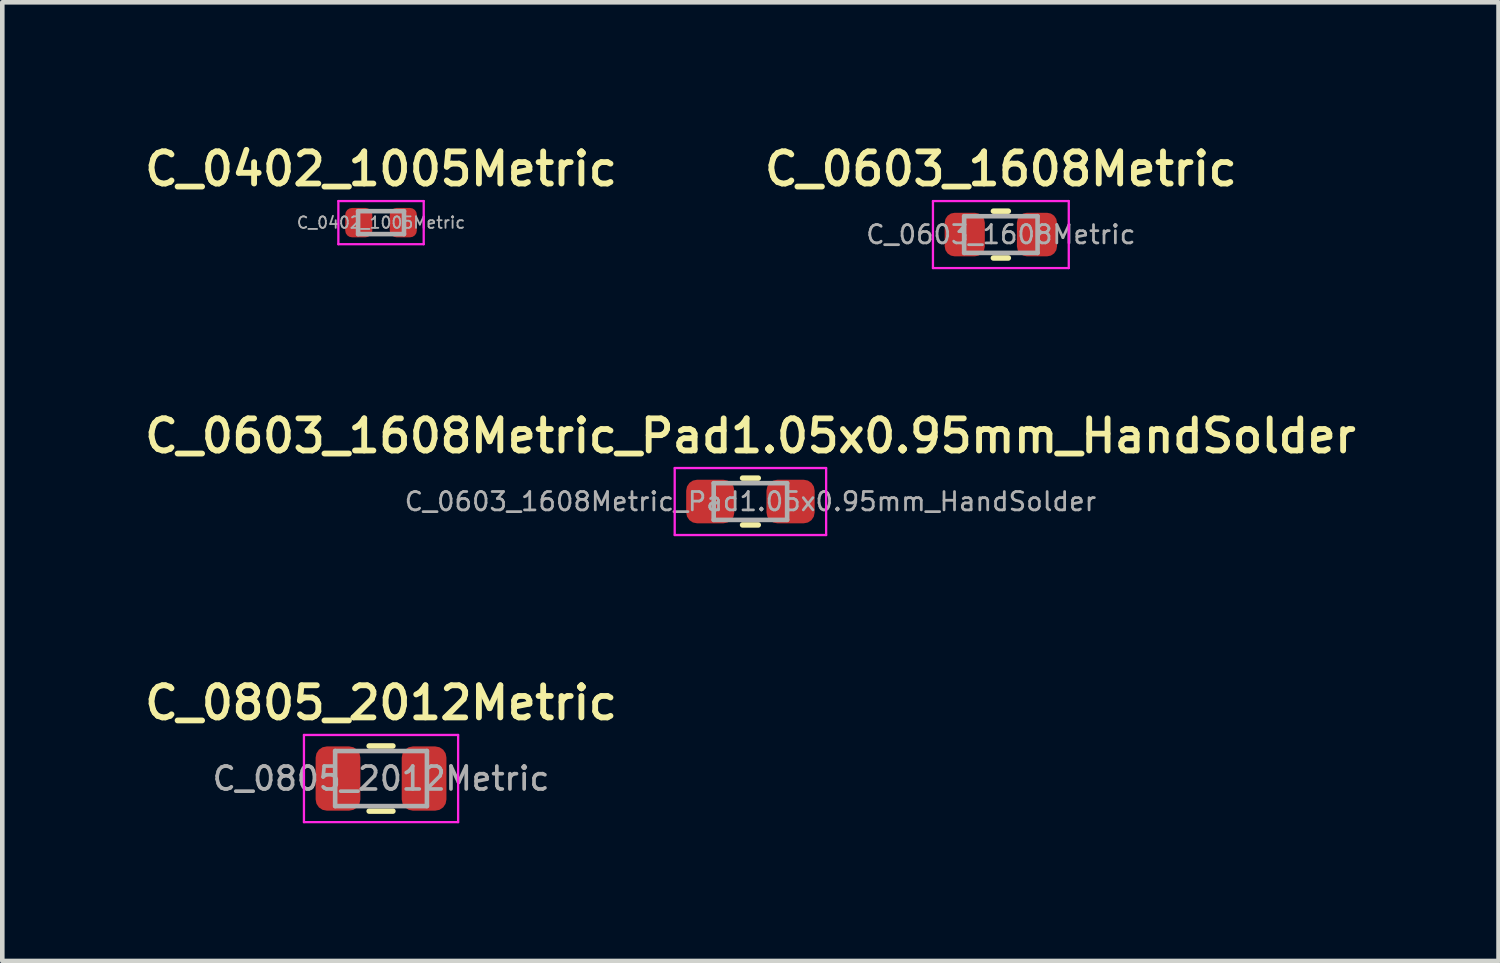
<source format=kicad_pcb>
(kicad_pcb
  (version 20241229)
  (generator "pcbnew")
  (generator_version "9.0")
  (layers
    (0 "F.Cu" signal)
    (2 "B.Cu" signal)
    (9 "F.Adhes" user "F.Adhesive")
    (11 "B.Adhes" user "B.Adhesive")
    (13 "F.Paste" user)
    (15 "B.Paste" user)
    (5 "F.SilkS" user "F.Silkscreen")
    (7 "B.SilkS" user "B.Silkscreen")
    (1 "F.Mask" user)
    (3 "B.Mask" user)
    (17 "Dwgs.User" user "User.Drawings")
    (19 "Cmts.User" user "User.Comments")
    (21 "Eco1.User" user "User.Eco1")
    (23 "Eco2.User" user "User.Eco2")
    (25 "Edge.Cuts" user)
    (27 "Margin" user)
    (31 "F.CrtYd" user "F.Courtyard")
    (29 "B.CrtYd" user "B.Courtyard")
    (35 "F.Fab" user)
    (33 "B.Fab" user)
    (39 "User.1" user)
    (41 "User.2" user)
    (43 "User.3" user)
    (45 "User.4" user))
  (footprint "C_0805_2012Metric"
    (layer "F.Cu")
    (at 5.254 13.917)
    (property "Reference" "C_0805_2012Metric" (at 0 -1.65 0) (layer "F.SilkS") (effects (font (size 0.7 0.7) (thickness 0.127))))
    (attr smd)
    (fp_line (start -0.259 -0.71) (end 0.259 -0.71) (stroke (width 0.12) (type solid)) (layer "F.SilkS"))
    (fp_line (start -0.259 0.71) (end 0.259 0.71) (stroke (width 0.12) (type solid)) (layer "F.SilkS"))
    (fp_line (start -1.68 -0.95) (end 1.68 -0.95) (stroke (width 0.05) (type solid)) (layer "F.CrtYd"))
    (fp_line (start -1.68 0.95) (end -1.68 -0.95) (stroke (width 0.05) (type solid)) (layer "F.CrtYd"))
    (fp_line (start 1.68 -0.95) (end 1.68 0.95) (stroke (width 0.05) (type solid)) (layer "F.CrtYd"))
    (fp_line (start 1.68 0.95) (end -1.68 0.95) (stroke (width 0.05) (type solid)) (layer "F.CrtYd"))
    (fp_line (start -1 -0.6) (end 1 -0.6) (stroke (width 0.1) (type solid)) (layer "F.Fab"))
    (fp_line (start -1 0.6) (end -1 -0.6) (stroke (width 0.1) (type solid)) (layer "F.Fab"))
    (fp_line (start 1 -0.6) (end 1 0.6) (stroke (width 0.1) (type solid)) (layer "F.Fab"))
    (fp_line (start 1 0.6) (end -1 0.6) (stroke (width 0.1) (type solid)) (layer "F.Fab"))
    (fp_text user "${REFERENCE}" (at 0 0 0) (layer "F.Fab") (effects (font (size 0.5 0.5) (thickness 0.08))))
    (pad "1" smd roundrect (at -0.938 0) (size 0.975 1.4) (layers "F.Cu" "F.Mask" "F.Paste") (roundrect_rratio 0.25))
    (pad "2" smd roundrect (at 0.938 0) (size 0.975 1.4) (layers "F.Cu" "F.Mask" "F.Paste") (roundrect_rratio 0.25)))
  (footprint "C_0603_1608Metric"
    (layer "F.Cu")
    (at 18.762 2.062)
    (property "Reference" "C_0603_1608Metric" (at 0 -1.43 0) (layer "F.SilkS") (effects (font (size 0.7 0.7) (thickness 0.127))))
    (attr smd)
    (fp_line (start -0.163 -0.51) (end 0.163 -0.51) (stroke (width 0.12) (type solid)) (layer "F.SilkS"))
    (fp_line (start -0.163 0.51) (end 0.163 0.51) (stroke (width 0.12) (type solid)) (layer "F.SilkS"))
    (fp_line (start -1.48 -0.73) (end 1.48 -0.73) (stroke (width 0.05) (type solid)) (layer "F.CrtYd"))
    (fp_line (start -1.48 0.73) (end -1.48 -0.73) (stroke (width 0.05) (type solid)) (layer "F.CrtYd"))
    (fp_line (start 1.48 -0.73) (end 1.48 0.73) (stroke (width 0.05) (type solid)) (layer "F.CrtYd"))
    (fp_line (start 1.48 0.73) (end -1.48 0.73) (stroke (width 0.05) (type solid)) (layer "F.CrtYd"))
    (fp_line (start -0.8 -0.4) (end 0.8 -0.4) (stroke (width 0.1) (type solid)) (layer "F.Fab"))
    (fp_line (start -0.8 0.4) (end -0.8 -0.4) (stroke (width 0.1) (type solid)) (layer "F.Fab"))
    (fp_line (start 0.8 -0.4) (end 0.8 0.4) (stroke (width 0.1) (type solid)) (layer "F.Fab"))
    (fp_line (start 0.8 0.4) (end -0.8 0.4) (stroke (width 0.1) (type solid)) (layer "F.Fab"))
    (fp_text user "${REFERENCE}" (at 0 0 0) (layer "F.Fab") (effects (font (size 0.4 0.4) (thickness 0.06))))
    (pad "1" smd roundrect (at -0.787 0) (size 0.875 0.95) (layers "F.Cu" "F.Mask" "F.Paste") (roundrect_rratio 0.25))
    (pad "2" smd roundrect (at 0.787 0) (size 0.875 0.95) (layers "F.Cu" "F.Mask" "F.Paste") (roundrect_rratio 0.25)))
  (footprint "C_0603_1608Metric_Pad1.05x0.95mm_HandSolder"
    (layer "F.Cu")
    (at 13.304 7.88)
    (property "Reference" "C_0603_1608Metric_Pad1.05x0.95mm_HandSolder" (at 0 -1.43 0) (layer "F.SilkS") (effects (font (size 0.7 0.7) (thickness 0.127))))
    (attr smd)
    (fp_line (start -0.171 -0.51) (end 0.171 -0.51) (stroke (width 0.12) (type solid)) (layer "F.SilkS"))
    (fp_line (start -0.171 0.51) (end 0.171 0.51) (stroke (width 0.12) (type solid)) (layer "F.SilkS"))
    (fp_line (start -1.65 -0.73) (end 1.65 -0.73) (stroke (width 0.05) (type solid)) (layer "F.CrtYd"))
    (fp_line (start -1.65 0.73) (end -1.65 -0.73) (stroke (width 0.05) (type solid)) (layer "F.CrtYd"))
    (fp_line (start 1.65 -0.73) (end 1.65 0.73) (stroke (width 0.05) (type solid)) (layer "F.CrtYd"))
    (fp_line (start 1.65 0.73) (end -1.65 0.73) (stroke (width 0.05) (type solid)) (layer "F.CrtYd"))
    (fp_line (start -0.8 -0.4) (end 0.8 -0.4) (stroke (width 0.1) (type solid)) (layer "F.Fab"))
    (fp_line (start -0.8 0.4) (end -0.8 -0.4) (stroke (width 0.1) (type solid)) (layer "F.Fab"))
    (fp_line (start 0.8 -0.4) (end 0.8 0.4) (stroke (width 0.1) (type solid)) (layer "F.Fab"))
    (fp_line (start 0.8 0.4) (end -0.8 0.4) (stroke (width 0.1) (type solid)) (layer "F.Fab"))
    (fp_text user "${REFERENCE}" (at 0 0 0) (layer "F.Fab") (effects (font (size 0.4 0.4) (thickness 0.06))))
    (pad "1" smd roundrect (at -0.875 0) (size 1.05 0.95) (layers "F.Cu" "F.Mask" "F.Paste") (roundrect_rratio 0.25))
    (pad "2" smd roundrect (at 0.875 0) (size 1.05 0.95) (layers "F.Cu" "F.Mask" "F.Paste") (roundrect_rratio 0.25)))
  (footprint "C_0402_1005Metric"
    (layer "F.Cu")
    (at 5.254 1.802)
    (property "Reference" "C_0402_1005Metric" (at 0 -1.17 0) (layer "F.SilkS") (effects (font (size 0.7 0.7) (thickness 0.127))))
    (attr smd)
    (fp_line (start -0.93 -0.47) (end 0.93 -0.47) (stroke (width 0.05) (type solid)) (layer "F.CrtYd"))
    (fp_line (start -0.93 0.47) (end -0.93 -0.47) (stroke (width 0.05) (type solid)) (layer "F.CrtYd"))
    (fp_line (start 0.93 -0.47) (end 0.93 0.47) (stroke (width 0.05) (type solid)) (layer "F.CrtYd"))
    (fp_line (start 0.93 0.47) (end -0.93 0.47) (stroke (width 0.05) (type solid)) (layer "F.CrtYd"))
    (fp_line (start -0.5 -0.25) (end 0.5 -0.25) (stroke (width 0.1) (type solid)) (layer "F.Fab"))
    (fp_line (start -0.5 0.25) (end -0.5 -0.25) (stroke (width 0.1) (type solid)) (layer "F.Fab"))
    (fp_line (start 0.5 -0.25) (end 0.5 0.25) (stroke (width 0.1) (type solid)) (layer "F.Fab"))
    (fp_line (start 0.5 0.25) (end -0.5 0.25) (stroke (width 0.1) (type solid)) (layer "F.Fab"))
    (fp_text user "${REFERENCE}" (at 0 0 0) (layer "F.Fab") (effects (font (size 0.25 0.25) (thickness 0.04))))
    (pad "1" smd roundrect (at -0.485 0) (size 0.59 0.64) (layers "F.Cu" "F.Mask" "F.Paste") (roundrect_rratio 0.25))
    (pad "2" smd roundrect (at 0.485 0) (size 0.59 0.64) (layers "F.Cu" "F.Mask" "F.Paste") (roundrect_rratio 0.25)))
  (gr_rect
    (start -3 -3)
    (end 29.608 17.892)
    (stroke (width 0.1) (type default))
    (fill no)
    (layer "Edge.Cuts")))
</source>
